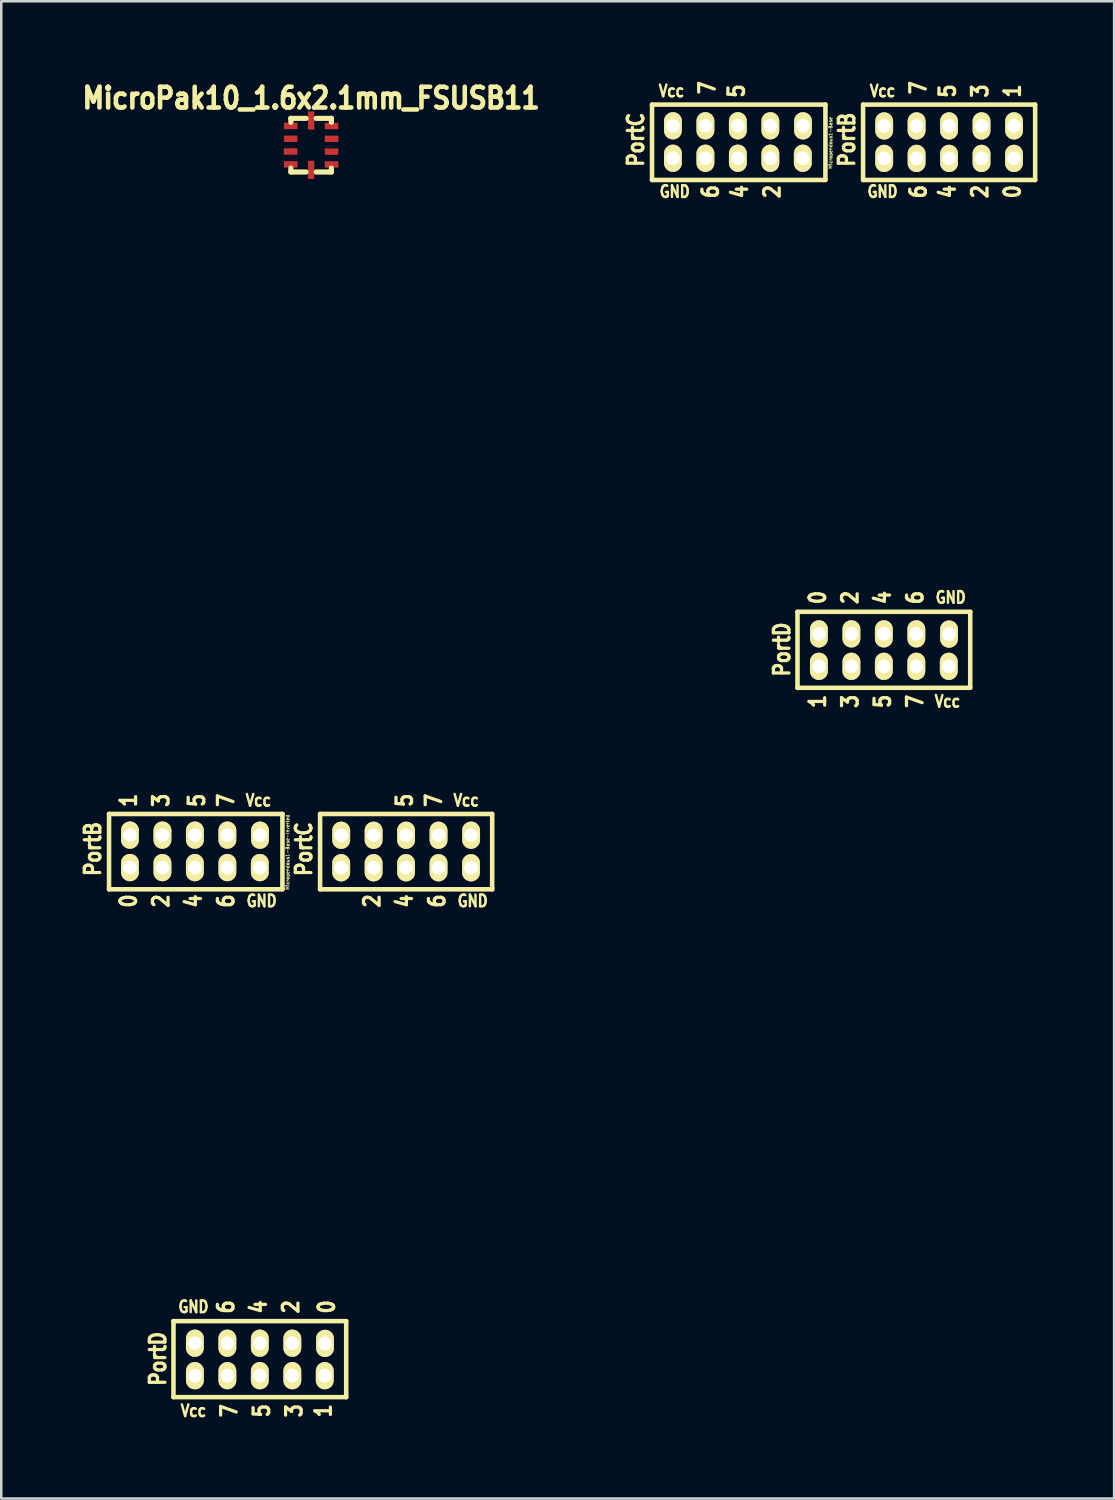
<source format=kicad_pcb>
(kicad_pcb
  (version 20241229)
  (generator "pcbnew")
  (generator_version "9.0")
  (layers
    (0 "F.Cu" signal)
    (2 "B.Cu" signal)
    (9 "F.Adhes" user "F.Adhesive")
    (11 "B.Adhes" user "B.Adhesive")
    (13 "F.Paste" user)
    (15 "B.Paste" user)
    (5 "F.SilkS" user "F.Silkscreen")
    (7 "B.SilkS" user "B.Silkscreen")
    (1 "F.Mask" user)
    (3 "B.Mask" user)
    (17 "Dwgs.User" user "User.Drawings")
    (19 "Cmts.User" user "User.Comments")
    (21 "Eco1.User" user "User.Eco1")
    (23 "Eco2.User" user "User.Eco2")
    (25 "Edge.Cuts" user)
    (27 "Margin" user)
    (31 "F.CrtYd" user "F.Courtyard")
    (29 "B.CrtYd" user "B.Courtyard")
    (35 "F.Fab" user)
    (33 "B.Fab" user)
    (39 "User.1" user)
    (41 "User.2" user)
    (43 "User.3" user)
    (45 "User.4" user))
  (footprint "Micropendous1-Base"
    (layer "F.Cu")
    (at 32.486 11.812)
    (property "Reference" "Micropendous1-Base" (at -3.048 -9.271 90) (layer "F.SilkS") (effects (font (size 0.127 0.127) (thickness 0.025))))
    (attr through_hole)
    (fp_line (start -10.033 -7.823) (end -10.033 -10.77) (stroke (width 0.178) (type solid)) (layer "F.SilkS"))
    (fp_line (start -4.343 9.068) (end 2.413 9.068) (stroke (width 0.178) (type solid)) (layer "F.SilkS"))
    (fp_line (start -4.343 12.04) (end -4.343 9.068) (stroke (width 0.178) (type solid)) (layer "F.SilkS"))
    (fp_line (start -3.251 -10.77) (end -10.033 -10.77) (stroke (width 0.178) (type solid)) (layer "F.SilkS"))
    (fp_line (start -3.251 -7.823) (end -10.033 -7.823) (stroke (width 0.178) (type solid)) (layer "F.SilkS"))
    (fp_line (start -3.251 -7.823) (end -3.251 -10.77) (stroke (width 0.178) (type solid)) (layer "F.SilkS"))
    (fp_line (start -1.778 -10.77) (end -1.778 -7.823) (stroke (width 0.178) (type solid)) (layer "F.SilkS"))
    (fp_line (start -1.778 -7.823) (end 4.953 -7.823) (stroke (width 0.178) (type solid)) (layer "F.SilkS"))
    (fp_line (start 2.413 12.04) (end -4.343 12.04) (stroke (width 0.178) (type solid)) (layer "F.SilkS"))
    (fp_line (start 2.413 12.04) (end 2.413 9.068) (stroke (width 0.178) (type solid)) (layer "F.SilkS"))
    (fp_line (start 4.953 -10.77) (end -1.778 -10.77) (stroke (width 0.178) (type solid)) (layer "F.SilkS"))
    (fp_line (start 4.953 -7.823) (end 4.953 -10.77) (stroke (width 0.178) (type solid)) (layer "F.SilkS"))
    (fp_text user "4" (at -1.016 8.509 90) (layer "F.SilkS") (effects (font (size 0.61 0.508) (thickness 0.178))))
    (fp_text user "5" (at -1.016 12.573 90) (layer "F.SilkS") (effects (font (size 0.61 0.508) (thickness 0.178))))
    (fp_text user "1" (at 4.064 -11.303 90) (layer "F.SilkS") (effects (font (size 0.61 0.508) (thickness 0.178))))
    (fp_text user "7" (at 0.381 -11.43 90) (layer "F.SilkS") (effects (font (size 0.61 0.508) (thickness 0.178))))
    (fp_text user "0" (at -3.556 8.509 90) (layer "F.SilkS") (effects (font (size 0.61 0.508) (thickness 0.178))))
    (fp_text user "7" (at 0.254 12.573 90) (layer "F.SilkS") (effects (font (size 0.61 0.508) (thickness 0.178))))
    (fp_text user "5" (at 1.524 -11.303 90) (layer "F.SilkS") (effects (font (size 0.61 0.508) (thickness 0.178))))
    (fp_text user "6" (at 0.381 -7.366 90) (layer "F.SilkS") (effects (font (size 0.61 0.508) (thickness 0.178))))
    (fp_text user "3" (at 2.794 -11.303 90) (layer "F.SilkS") (effects (font (size 0.61 0.508) (thickness 0.178))))
    (fp_text user "Vcc" (at 1.524 12.573 0) (layer "F.SilkS") (effects (font (size 0.457 0.381) (thickness 0.178))))
    (fp_text user "2" (at -5.334 -7.366 90) (layer "F.SilkS") (effects (font (size 0.61 0.508) (thickness 0.178))))
    (fp_text user "4" (at -6.604 -7.366 90) (layer "F.SilkS") (effects (font (size 0.61 0.508) (thickness 0.178))))
    (fp_text user "PortB" (at -2.413 -9.398 90) (layer "F.SilkS") (effects (font (size 0.61 0.508) (thickness 0.178))))
    (fp_text user "1" (at -3.556 12.573 90) (layer "F.SilkS") (effects (font (size 0.61 0.508) (thickness 0.178))))
    (fp_text user "6" (at -7.747 -7.366 90) (layer "F.SilkS") (effects (font (size 0.61 0.508) (thickness 0.178))))
    (fp_text user "3" (at -2.286 12.573 90) (layer "F.SilkS") (effects (font (size 0.61 0.508) (thickness 0.178))))
    (fp_text user "GND" (at -1.016 -7.366 0) (layer "F.SilkS") (effects (font (size 0.457 0.381) (thickness 0.178))))
    (fp_text user "GND" (at 1.651 8.509 0) (layer "F.SilkS") (effects (font (size 0.457 0.381) (thickness 0.178))))
    (fp_text user "5" (at -6.731 -11.303 90) (layer "F.SilkS") (effects (font (size 0.61 0.508) (thickness 0.178))))
    (fp_text user "PortC" (at -10.668 -9.398 90) (layer "F.SilkS") (effects (font (size 0.61 0.508) (thickness 0.178))))
    (fp_text user "PortD" (at -4.953 10.541 90) (layer "F.SilkS") (effects (font (size 0.61 0.508) (thickness 0.178))))
    (fp_text user "7" (at -7.874 -11.43 90) (layer "F.SilkS") (effects (font (size 0.61 0.508) (thickness 0.178))))
    (fp_text user "0" (at 4.064 -7.366 90) (layer "F.SilkS") (effects (font (size 0.61 0.508) (thickness 0.178))))
    (fp_text user "Vcc" (at -1.016 -11.303 0) (layer "F.SilkS") (effects (font (size 0.457 0.381) (thickness 0.178))))
    (fp_text user "Vcc" (at -9.271 -11.303 0) (layer "F.SilkS") (effects (font (size 0.457 0.381) (thickness 0.178))))
    (fp_text user "6" (at 0.254 8.509 90) (layer "F.SilkS") (effects (font (size 0.61 0.508) (thickness 0.178))))
    (fp_text user "GND" (at -9.144 -7.366 0) (layer "F.SilkS") (effects (font (size 0.457 0.381) (thickness 0.178))))
    (fp_text user "2" (at -2.286 8.509 90) (layer "F.SilkS") (effects (font (size 0.61 0.508) (thickness 0.178))))
    (fp_text user "2" (at 2.794 -7.366 90) (layer "F.SilkS") (effects (font (size 0.61 0.508) (thickness 0.178))))
    (fp_text user "4" (at 1.524 -7.366 90) (layer "F.SilkS") (effects (font (size 0.61 0.508) (thickness 0.178))))
    (pad "1" thru_hole oval (at -5.405 -8.672) (size 0.699 1.067) (drill 0.533) (layers "*.Cu" "*.Mask" "F.SilkS"))
    (pad "2" thru_hole oval (at -6.675 -8.672) (size 0.699 1.067) (drill 0.533) (layers "*.Cu" "*.Mask" "F.SilkS"))
    (pad "3" thru_hole oval (at -6.675 -9.942) (size 0.699 1.067) (drill 0.533) (layers "*.Cu" "*.Mask" "F.SilkS"))
    (pad "4" thru_hole oval (at -7.945 -8.672) (size 0.699 1.067) (drill 0.533) (layers "*.Cu" "*.Mask" "F.SilkS"))
    (pad "5" thru_hole oval (at -7.945 -9.942) (size 0.699 1.067) (drill 0.533) (layers "*.Cu" "*.Mask" "F.SilkS"))
    (pad "6" thru_hole oval (at 0.315 -9.936) (size 0.699 1.067) (drill 0.533) (layers "*.Cu" "*.Mask" "F.SilkS"))
    (pad "7" thru_hole oval (at 0.315 -8.666) (size 0.699 1.067) (drill 0.533) (layers "*.Cu" "*.Mask" "F.SilkS"))
    (pad "8" thru_hole oval (at 1.585 -9.936) (size 0.699 1.067) (drill 0.533) (layers "*.Cu" "*.Mask" "F.SilkS"))
    (pad "9" thru_hole oval (at 1.585 -8.666) (size 0.699 1.067) (drill 0.533) (layers "*.Cu" "*.Mask" "F.SilkS"))
    (pad "10" thru_hole oval (at 2.855 -9.936) (size 0.699 1.067) (drill 0.533) (layers "*.Cu" "*.Mask" "F.SilkS"))
    (pad "11" thru_hole oval (at 2.855 -8.666) (size 0.699 1.067) (drill 0.533) (layers "*.Cu" "*.Mask" "F.SilkS"))
    (pad "12" thru_hole oval (at 4.128 -9.939) (size 0.699 1.067) (drill 0.533) (layers "*.Cu" "*.Mask" "F.SilkS"))
    (pad "13" thru_hole oval (at 4.125 -8.666) (size 0.699 1.067) (drill 0.533) (layers "*.Cu" "*.Mask" "F.SilkS"))
    (pad "14" thru_hole oval (at -9.215 -8.672) (size 0.699 1.067) (drill 0.533) (layers "*.Cu" "*.Mask" "F.SilkS"))
    (pad "14" thru_hole oval (at -0.953 -8.666) (size 0.699 1.067) (drill 0.533) (layers "*.Cu" "*.Mask" "F.SilkS"))
    (pad "14" thru_hole oval (at 1.585 9.939) (size 0.699 1.067) (drill 0.533) (layers "*.Cu" "*.Mask" "F.SilkS"))
    (pad "15" thru_hole oval (at 0.305 11.201) (size 0.699 1.067) (drill 0.533) (layers "*.Cu" "*.Mask" "F.SilkS"))
    (pad "16" thru_hole oval (at 0.305 9.931) (size 0.699 1.067) (drill 0.533) (layers "*.Cu" "*.Mask" "F.SilkS"))
    (pad "17" thru_hole oval (at -0.965 11.201) (size 0.699 1.067) (drill 0.533) (layers "*.Cu" "*.Mask" "F.SilkS"))
    (pad "18" thru_hole oval (at -0.965 9.931) (size 0.699 1.067) (drill 0.533) (layers "*.Cu" "*.Mask" "F.SilkS"))
    (pad "19" thru_hole oval (at -2.235 11.201) (size 0.699 1.067) (drill 0.533) (layers "*.Cu" "*.Mask" "F.SilkS"))
    (pad "20" thru_hole oval (at -2.235 9.931) (size 0.699 1.067) (drill 0.533) (layers "*.Cu" "*.Mask" "F.SilkS"))
    (pad "21" thru_hole oval (at -3.505 11.201) (size 0.699 1.067) (drill 0.533) (layers "*.Cu" "*.Mask" "F.SilkS"))
    (pad "22" thru_hole oval (at -3.505 9.931) (size 0.699 1.067) (drill 0.533) (layers "*.Cu" "*.Mask" "F.SilkS"))
    (pad "23" thru_hole oval (at -9.215 -9.942) (size 0.699 1.067) (drill 0.533) (layers "*.Cu" "*.Mask" "F.SilkS"))
    (pad "23" thru_hole oval (at -0.953 -9.936) (size 0.699 1.067) (drill 0.533) (layers "*.Cu" "*.Mask" "F.SilkS"))
    (pad "23" thru_hole oval (at 1.575 11.201) (size 0.699 1.067) (drill 0.533) (layers "*.Cu" "*.Mask" "F.SilkS"))
    (pad "24" thru_hole oval (at -5.405 -9.942) (size 0.699 1.067) (drill 0.533) (layers "*.Cu" "*.Mask" "F.SilkS"))
    (pad "24" thru_hole oval (at -4.135 -8.672) (size 0.699 1.067) (drill 0.533) (layers "*.Cu" "*.Mask" "F.SilkS"))
    (pad "24" thru_hole oval (at -4.128 -9.939) (size 0.699 1.067) (drill 0.533) (layers "*.Cu" "*.Mask" "F.SilkS")))
  (footprint "Micropendous1-Base-Inverted"
    (layer "F.Cu")
    (at 11.248 39.557)
    (property "Reference" "Micropendous1-Base-Inverted" (at -3.048 -9.271 90) (layer "F.SilkS") (effects (font (size 0.127 0.127) (thickness 0.025))))
    (attr through_hole)
    (fp_line (start -10.033 -7.823) (end -10.033 -10.77) (stroke (width 0.178) (type solid)) (layer "F.SilkS"))
    (fp_line (start -7.513 9.068) (end -0.757 9.068) (stroke (width 0.178) (type solid)) (layer "F.SilkS"))
    (fp_line (start -7.513 12.04) (end -7.513 9.068) (stroke (width 0.178) (type solid)) (layer "F.SilkS"))
    (fp_line (start -3.251 -10.77) (end -10.033 -10.77) (stroke (width 0.178) (type solid)) (layer "F.SilkS"))
    (fp_line (start -3.251 -7.823) (end -10.033 -7.823) (stroke (width 0.178) (type solid)) (layer "F.SilkS"))
    (fp_line (start -3.251 -7.823) (end -3.251 -10.77) (stroke (width 0.178) (type solid)) (layer "F.SilkS"))
    (fp_line (start -1.778 -10.77) (end -1.778 -7.823) (stroke (width 0.178) (type solid)) (layer "F.SilkS"))
    (fp_line (start -1.778 -7.823) (end 4.953 -7.823) (stroke (width 0.178) (type solid)) (layer "F.SilkS"))
    (fp_line (start -0.757 12.04) (end -7.513 12.04) (stroke (width 0.178) (type solid)) (layer "F.SilkS"))
    (fp_line (start -0.757 12.04) (end -0.757 9.068) (stroke (width 0.178) (type solid)) (layer "F.SilkS"))
    (fp_line (start 4.953 -10.77) (end -1.778 -10.77) (stroke (width 0.178) (type solid)) (layer "F.SilkS"))
    (fp_line (start 4.953 -7.823) (end 4.953 -10.77) (stroke (width 0.178) (type solid)) (layer "F.SilkS"))
    (fp_text user "2" (at -2.921 8.509 90) (layer "F.SilkS") (effects (font (size 0.61 0.508) (thickness 0.178))))
    (fp_text user "Vcc" (at -4.191 -11.303 0) (layer "F.SilkS") (effects (font (size 0.457 0.381) (thickness 0.178))))
    (fp_text user "GND" (at -4.064 -7.366 0) (layer "F.SilkS") (effects (font (size 0.457 0.381) (thickness 0.178))))
    (fp_text user "Vcc" (at -6.731 12.573 0) (layer "F.SilkS") (effects (font (size 0.457 0.381) (thickness 0.178))))
    (fp_text user "4" (at -6.731 -7.366 90) (layer "F.SilkS") (effects (font (size 0.61 0.508) (thickness 0.178))))
    (fp_text user "5" (at -6.604 -11.303 90) (layer "F.SilkS") (effects (font (size 0.61 0.508) (thickness 0.178))))
    (fp_text user "GND" (at -6.731 8.509 0) (layer "F.SilkS") (effects (font (size 0.457 0.381) (thickness 0.178))))
    (fp_text user "Vcc" (at 3.937 -11.303 0) (layer "F.SilkS") (effects (font (size 0.457 0.381) (thickness 0.178))))
    (fp_text user "PortB" (at -10.668 -9.398 90) (layer "F.SilkS") (effects (font (size 0.61 0.508) (thickness 0.178))))
    (fp_text user "1" (at -1.651 12.573 90) (layer "F.SilkS") (effects (font (size 0.61 0.508) (thickness 0.178))))
    (fp_text user "3" (at -2.794 12.573 90) (layer "F.SilkS") (effects (font (size 0.61 0.508) (thickness 0.178))))
    (fp_text user "6" (at 2.794 -7.366 90) (layer "F.SilkS") (effects (font (size 0.61 0.508) (thickness 0.178))))
    (fp_text user "PortC" (at -2.413 -9.398 90) (layer "F.SilkS") (effects (font (size 0.61 0.508) (thickness 0.178))))
    (fp_text user "0" (at -9.271 -7.366 90) (layer "F.SilkS") (effects (font (size 0.61 0.508) (thickness 0.178))))
    (fp_text user "1" (at -9.271 -11.303 90) (layer "F.SilkS") (effects (font (size 0.61 0.508) (thickness 0.178))))
    (fp_text user "GND" (at 4.191 -7.366 0) (layer "F.SilkS") (effects (font (size 0.457 0.381) (thickness 0.178))))
    (fp_text user "0" (at -1.524 8.509 90) (layer "F.SilkS") (effects (font (size 0.61 0.508) (thickness 0.178))))
    (fp_text user "2" (at 0.254 -7.366 90) (layer "F.SilkS") (effects (font (size 0.61 0.508) (thickness 0.178))))
    (fp_text user "7" (at 2.667 -11.303 90) (layer "F.SilkS") (effects (font (size 0.61 0.508) (thickness 0.178))))
    (fp_text user "5" (at -4.064 12.573 90) (layer "F.SilkS") (effects (font (size 0.61 0.508) (thickness 0.178))))
    (fp_text user "5" (at 1.524 -11.303 90) (layer "F.SilkS") (effects (font (size 0.61 0.508) (thickness 0.178))))
    (fp_text user "6" (at -5.461 8.509 90) (layer "F.SilkS") (effects (font (size 0.61 0.508) (thickness 0.178))))
    (fp_text user "7" (at -5.334 12.573 90) (layer "F.SilkS") (effects (font (size 0.61 0.508) (thickness 0.178))))
    (fp_text user "4" (at -4.191 8.509 90) (layer "F.SilkS") (effects (font (size 0.61 0.508) (thickness 0.178))))
    (fp_text user "3" (at -8.001 -11.303 90) (layer "F.SilkS") (effects (font (size 0.61 0.508) (thickness 0.178))))
    (fp_text user "6" (at -5.461 -7.366 90) (layer "F.SilkS") (effects (font (size 0.61 0.508) (thickness 0.178))))
    (fp_text user "2" (at -8.001 -7.366 90) (layer "F.SilkS") (effects (font (size 0.61 0.508) (thickness 0.178))))
    (fp_text user "4" (at 1.524 -7.366 90) (layer "F.SilkS") (effects (font (size 0.61 0.508) (thickness 0.178))))
    (fp_text user "PortD" (at -8.123 10.541 90) (layer "F.SilkS") (effects (font (size 0.61 0.508) (thickness 0.178))))
    (fp_text user "7" (at -5.461 -11.303 90) (layer "F.SilkS") (effects (font (size 0.61 0.508) (thickness 0.178))))
    (pad "1" thru_hole oval (at 0.315 -8.666) (size 0.699 1.067) (drill 0.533) (layers "*.Cu" "*.Mask" "F.SilkS"))
    (pad "2" thru_hole oval (at 1.585 -8.666) (size 0.699 1.067) (drill 0.533) (layers "*.Cu" "*.Mask" "F.SilkS"))
    (pad "3" thru_hole oval (at 1.585 -9.936) (size 0.699 1.067) (drill 0.533) (layers "*.Cu" "*.Mask" "F.SilkS"))
    (pad "4" thru_hole oval (at 2.855 -8.666) (size 0.699 1.067) (drill 0.533) (layers "*.Cu" "*.Mask" "F.SilkS"))
    (pad "5" thru_hole oval (at 2.855 -9.936) (size 0.699 1.067) (drill 0.533) (layers "*.Cu" "*.Mask" "F.SilkS"))
    (pad "6" thru_hole oval (at -5.405 -9.942) (size 0.699 1.067) (drill 0.533) (layers "*.Cu" "*.Mask" "F.SilkS"))
    (pad "7" thru_hole oval (at -5.405 -8.672) (size 0.699 1.067) (drill 0.533) (layers "*.Cu" "*.Mask" "F.SilkS"))
    (pad "8" thru_hole oval (at -6.675 -9.942) (size 0.699 1.067) (drill 0.533) (layers "*.Cu" "*.Mask" "F.SilkS"))
    (pad "9" thru_hole oval (at -6.675 -8.672) (size 0.699 1.067) (drill 0.533) (layers "*.Cu" "*.Mask" "F.SilkS"))
    (pad "10" thru_hole oval (at -7.945 -9.942) (size 0.699 1.067) (drill 0.533) (layers "*.Cu" "*.Mask" "F.SilkS"))
    (pad "11" thru_hole oval (at -7.945 -8.672) (size 0.699 1.067) (drill 0.533) (layers "*.Cu" "*.Mask" "F.SilkS"))
    (pad "12" thru_hole oval (at -9.215 -9.942) (size 0.699 1.067) (drill 0.533) (layers "*.Cu" "*.Mask" "F.SilkS"))
    (pad "13" thru_hole oval (at -9.215 -8.672) (size 0.699 1.067) (drill 0.533) (layers "*.Cu" "*.Mask" "F.SilkS"))
    (pad "14" thru_hole oval (at -6.675 9.931) (size 0.699 1.067) (drill 0.533) (layers "*.Cu" "*.Mask" "F.SilkS"))
    (pad "14" thru_hole oval (at -4.135 -8.672) (size 0.699 1.067) (drill 0.533) (layers "*.Cu" "*.Mask" "F.SilkS"))
    (pad "14" thru_hole oval (at 4.125 -8.666) (size 0.699 1.067) (drill 0.533) (layers "*.Cu" "*.Mask" "F.SilkS"))
    (pad "15" thru_hole oval (at -5.405 11.201) (size 0.699 1.067) (drill 0.533) (layers "*.Cu" "*.Mask" "F.SilkS"))
    (pad "16" thru_hole oval (at -5.405 9.931) (size 0.699 1.067) (drill 0.533) (layers "*.Cu" "*.Mask" "F.SilkS"))
    (pad "17" thru_hole oval (at -4.135 11.201) (size 0.699 1.067) (drill 0.533) (layers "*.Cu" "*.Mask" "F.SilkS"))
    (pad "18" thru_hole oval (at -4.135 9.931) (size 0.699 1.067) (drill 0.533) (layers "*.Cu" "*.Mask" "F.SilkS"))
    (pad "19" thru_hole oval (at -2.865 11.201) (size 0.699 1.067) (drill 0.533) (layers "*.Cu" "*.Mask" "F.SilkS"))
    (pad "20" thru_hole oval (at -2.865 9.931) (size 0.699 1.067) (drill 0.533) (layers "*.Cu" "*.Mask" "F.SilkS"))
    (pad "21" thru_hole oval (at -1.595 11.201) (size 0.699 1.067) (drill 0.533) (layers "*.Cu" "*.Mask" "F.SilkS"))
    (pad "22" thru_hole oval (at -1.585 9.939) (size 0.699 1.067) (drill 0.533) (layers "*.Cu" "*.Mask" "F.SilkS"))
    (pad "23" thru_hole oval (at -6.675 11.201) (size 0.699 1.067) (drill 0.533) (layers "*.Cu" "*.Mask" "F.SilkS"))
    (pad "23" thru_hole oval (at -4.128 -9.939) (size 0.699 1.067) (drill 0.533) (layers "*.Cu" "*.Mask" "F.SilkS"))
    (pad "23" thru_hole oval (at 4.128 -9.939) (size 0.699 1.067) (drill 0.533) (layers "*.Cu" "*.Mask" "F.SilkS"))
    (pad "24" thru_hole oval (at -0.953 -9.936) (size 0.699 1.067) (drill 0.533) (layers "*.Cu" "*.Mask" "F.SilkS"))
    (pad "24" thru_hole oval (at -0.953 -8.666) (size 0.699 1.067) (drill 0.533) (layers "*.Cu" "*.Mask" "F.SilkS"))
    (pad "24" thru_hole oval (at 0.315 -9.936) (size 0.699 1.067) (drill 0.533) (layers "*.Cu" "*.Mask" "F.SilkS")))
  (footprint "MicroPak10_1.6x2.1mm_FSUSB11"
    (layer "F.Cu")
    (at 9.119 2.629)
    (property "Reference" "MicroPak10_1.6x2.1mm_FSUSB11" (at 0 -1.841 0) (layer "F.SilkS") (effects (font (size 0.813 0.711) (thickness 0.178))))
    (attr smd)
    (fp_line (start -0.792 -1.049) (end -0.792 -0.899) (stroke (width 0.203) (type solid)) (layer "F.SilkS"))
    (fp_line (start -0.792 0.899) (end -0.792 1.049) (stroke (width 0.203) (type solid)) (layer "F.SilkS"))
    (fp_line (start -0.792 1.049) (end -0.198 1.049) (stroke (width 0.203) (type solid)) (layer "F.SilkS"))
    (fp_line (start -0.198 -1.049) (end -0.792 -1.049) (stroke (width 0.203) (type solid)) (layer "F.SilkS"))
    (fp_line (start 0.198 1.049) (end 0.792 1.049) (stroke (width 0.203) (type solid)) (layer "F.SilkS"))
    (fp_line (start 0.792 -1.049) (end 0.198 -1.049) (stroke (width 0.203) (type solid)) (layer "F.SilkS"))
    (fp_line (start 0.792 -0.899) (end 0.792 -1.049) (stroke (width 0.203) (type solid)) (layer "F.SilkS"))
    (fp_line (start 0.792 1.049) (end 0.792 0.899) (stroke (width 0.203) (type solid)) (layer "F.SilkS"))
    (pad "1" smd rect (at -0.8 -0.752 90) (size 0.251 0.533) (layers "F.Cu" "F.Mask" "F.Paste"))
    (pad "2" smd rect (at -0.8 -0.251 90) (size 0.251 0.533) (layers "F.Cu" "F.Mask" "F.Paste"))
    (pad "3" smd rect (at -0.8 0.249 90) (size 0.251 0.533) (layers "F.Cu" "F.Mask" "F.Paste"))
    (pad "4" smd rect (at -0.8 0.749 90) (size 0.251 0.533) (layers "F.Cu" "F.Mask" "F.Paste"))
    (pad "5" smd rect (at 0 0.965) (size 0.251 0.711) (layers "F.Cu" "F.Mask" "F.Paste"))
    (pad "6" smd rect (at 0.8 0.752 270) (size 0.251 0.533) (layers "F.Cu" "F.Mask" "F.Paste"))
    (pad "7" smd rect (at 0.8 0.251 270) (size 0.251 0.533) (layers "F.Cu" "F.Mask" "F.Paste"))
    (pad "8" smd rect (at 0.8 -0.249 270) (size 0.251 0.533) (layers "F.Cu" "F.Mask" "F.Paste"))
    (pad "9" smd rect (at 0.8 -0.749 270) (size 0.251 0.533) (layers "F.Cu" "F.Mask" "F.Paste"))
    (pad "10" smd rect (at 0 -0.965) (size 0.251 0.711) (layers "F.Cu" "F.Mask" "F.Paste")))
  (gr_rect
    (start -3 -3)
    (end 40.528 55.564)
    (stroke (width 0.1) (type default))
    (fill no)
    (layer "Edge.Cuts")))
</source>
